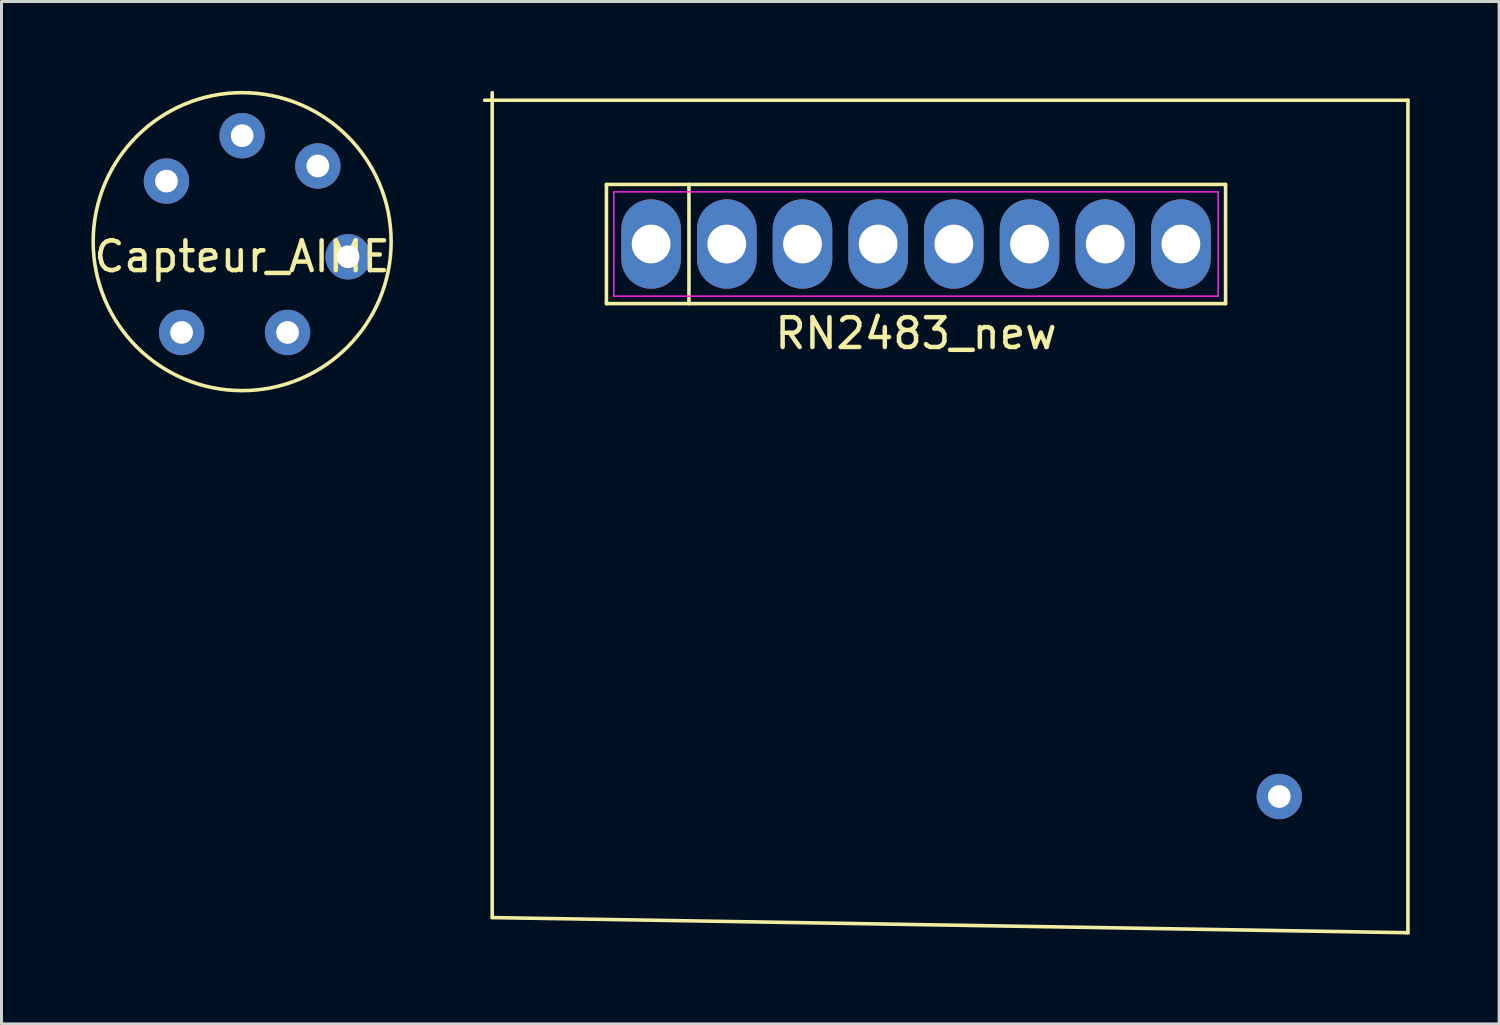
<source format=kicad_pcb>
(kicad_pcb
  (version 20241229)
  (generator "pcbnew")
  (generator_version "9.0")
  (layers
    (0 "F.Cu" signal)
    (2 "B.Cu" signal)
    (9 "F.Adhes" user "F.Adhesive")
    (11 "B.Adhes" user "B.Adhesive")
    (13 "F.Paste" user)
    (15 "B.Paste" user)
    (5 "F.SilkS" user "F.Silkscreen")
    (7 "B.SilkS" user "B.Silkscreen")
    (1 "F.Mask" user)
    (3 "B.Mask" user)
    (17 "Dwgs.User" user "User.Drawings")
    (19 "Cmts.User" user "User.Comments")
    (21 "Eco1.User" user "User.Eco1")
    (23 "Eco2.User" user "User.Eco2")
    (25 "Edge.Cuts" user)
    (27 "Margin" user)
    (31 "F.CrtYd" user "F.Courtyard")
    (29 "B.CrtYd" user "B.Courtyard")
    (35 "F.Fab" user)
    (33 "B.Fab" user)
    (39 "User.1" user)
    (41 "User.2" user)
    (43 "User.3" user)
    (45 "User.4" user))
  (footprint "RN2483_new"
    (layer "F.Cu")
    (at 27.693 5.14)
    (property "Reference" "RN2483_new" (at 0 3 0) (layer "F.SilkS") (effects (font (size 1 1) (thickness 0.15))))
    (attr through_hole)
    (fp_line (start -14.478 -4.826) (end 16.51 -4.826) (stroke (width 0.12) (type solid)) (layer "F.SilkS"))
    (fp_line (start -14.224 22.606) (end -14.224 -5.08) (stroke (width 0.12) (type solid)) (layer "F.SilkS"))
    (fp_line (start -10.39 -2) (end 10.39 -2) (stroke (width 0.12) (type solid)) (layer "F.SilkS"))
    (fp_line (start -10.39 2) (end -10.39 -2) (stroke (width 0.12) (type solid)) (layer "F.SilkS"))
    (fp_line (start -7.62 -2) (end -7.62 2) (stroke (width 0.12) (type solid)) (layer "F.SilkS"))
    (fp_line (start 10.39 -2) (end 10.39 2) (stroke (width 0.12) (type solid)) (layer "F.SilkS"))
    (fp_line (start 10.39 2) (end -10.39 2) (stroke (width 0.12) (type solid)) (layer "F.SilkS"))
    (fp_line (start 16.51 -4.826) (end 16.51 23.114) (stroke (width 0.12) (type solid)) (layer "F.SilkS"))
    (fp_line (start 16.51 23.114) (end -14.224 22.606) (stroke (width 0.12) (type solid)) (layer "F.SilkS"))
    (fp_line (start -10.14 -1.75) (end 10.14 -1.75) (stroke (width 0.05) (type solid)) (layer "F.CrtYd"))
    (fp_line (start -10.14 1.75) (end -10.14 -1.75) (stroke (width 0.05) (type solid)) (layer "F.CrtYd"))
    (fp_line (start 10.14 -1.75) (end 10.14 1.75) (stroke (width 0.05) (type solid)) (layer "F.CrtYd"))
    (fp_line (start 10.14 1.75) (end -10.14 1.75) (stroke (width 0.05) (type solid)) (layer "F.CrtYd"))
    (pad "1" thru_hole oval (at -8.89 0) (size 2 3) (drill 1.3) (layers "*.Cu" "*.Mask"))
    (pad "2" thru_hole oval (at -6.35 0) (size 2 3) (drill 1.3) (layers "*.Cu" "*.Mask"))
    (pad "3" thru_hole oval (at -3.81 0) (size 2 3) (drill 1.3) (layers "*.Cu" "*.Mask"))
    (pad "4" thru_hole oval (at -1.27 0) (size 2 3) (drill 1.3) (layers "*.Cu" "*.Mask"))
    (pad "5" thru_hole oval (at 1.27 0) (size 2 3) (drill 1.3) (layers "*.Cu" "*.Mask"))
    (pad "6" thru_hole oval (at 3.81 0) (size 2 3) (drill 1.3) (layers "*.Cu" "*.Mask"))
    (pad "7" thru_hole oval (at 6.35 0) (size 2 3) (drill 1.3) (layers "*.Cu" "*.Mask"))
    (pad "8" thru_hole oval (at 8.89 0) (size 2 3) (drill 1.3) (layers "*.Cu" "*.Mask"))
    (pad "9" thru_hole circle (at 12.192 18.542) (size 1.524 1.524) (drill 0.762) (layers "*.Cu" "*.Mask")))
  (footprint "Capteur_AIME"
    (layer "F.Cu")
    (at 5.077 5.06)
    (property "Reference" "Capteur_AIME" (at 0 0.5 0) (layer "F.SilkS") (effects (font (size 1 1) (thickness 0.15))))
    (attr through_hole)
    (fp_circle (center 0 0) (end 5 0) (stroke (width 0.12) (type solid)) (fill no) (layer "F.SilkS"))
    (pad "2" thru_hole circle (at -2.54 -2.032) (size 1.524 1.524) (drill 0.762) (layers "*.Cu" "*.Mask"))
    (pad "3" thru_hole circle (at -2.032 3.048) (size 1.524 1.524) (drill 0.762) (layers "*.Cu" "*.Mask"))
    (pad "4" thru_hole circle (at 0 -3.556) (size 1.524 1.524) (drill 0.762) (layers "*.Cu" "*.Mask"))
    (pad "4" thru_hole circle (at 1.524 3.048) (size 1.524 1.524) (drill 0.762) (layers "*.Cu" "*.Mask"))
    (pad "4" thru_hole circle (at 2.54 -2.54) (size 1.524 1.524) (drill 0.762) (layers "*.Cu" "*.Mask"))
    (pad "5" thru_hole circle (at 3.556 0.508) (size 1.524 1.524) (drill 0.762) (layers "*.Cu" "*.Mask")))
  (gr_rect
    (start -3 -3)
    (end 47.263 31.314)
    (stroke (width 0.1) (type default))
    (fill no)
    (layer "Edge.Cuts")))
</source>
